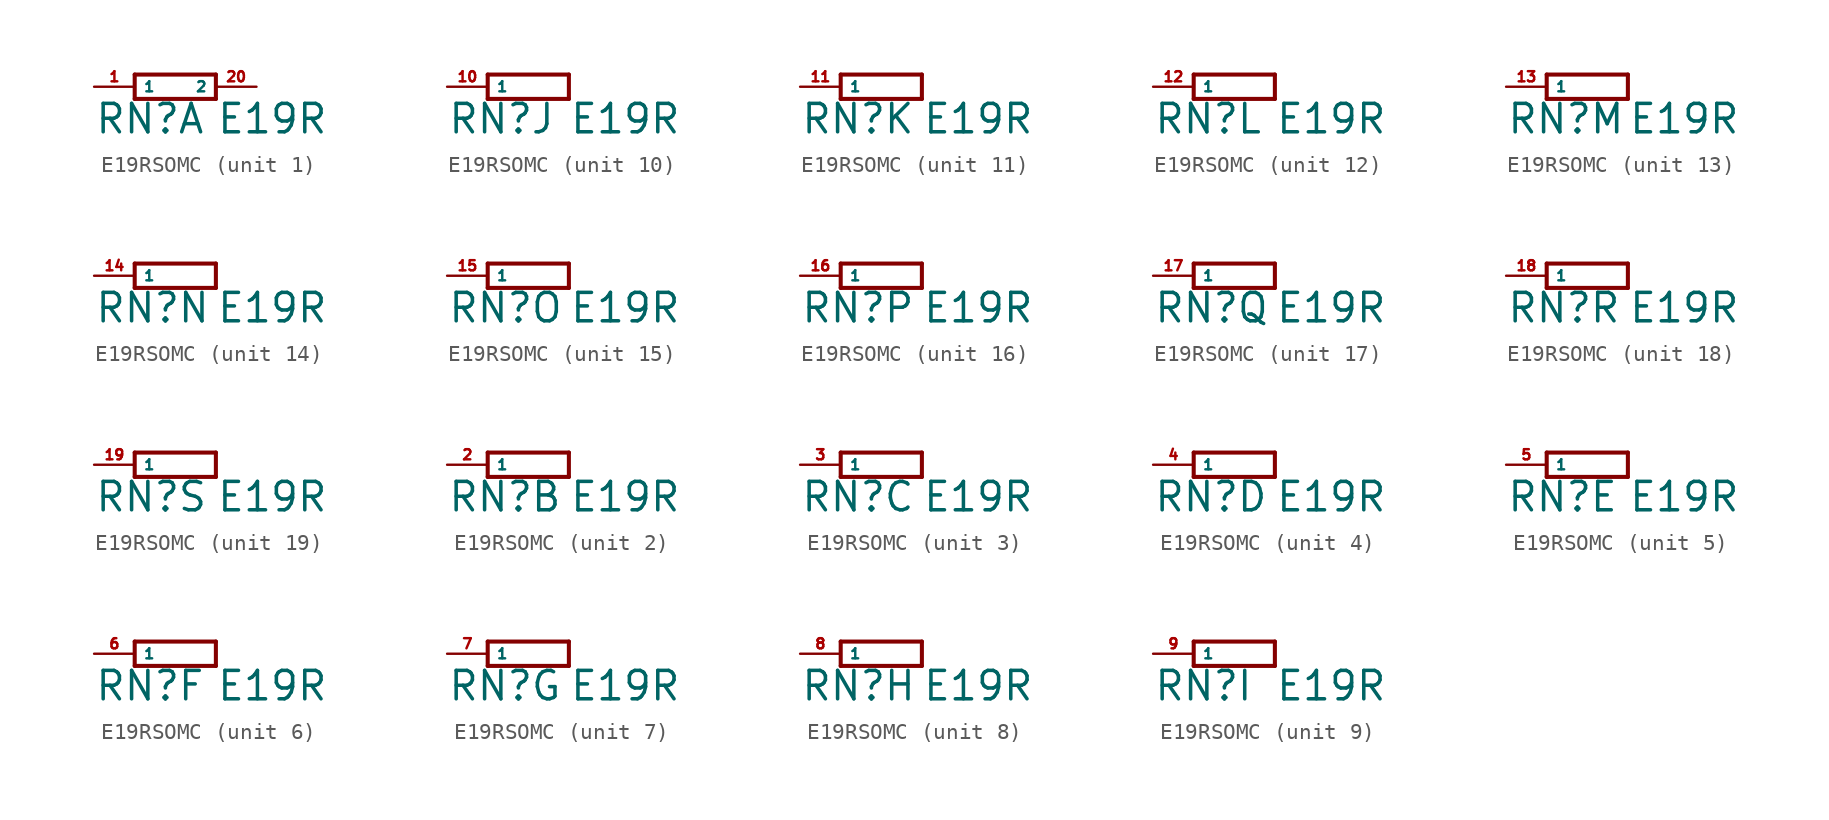
<source format=kicad_sym>
(kicad_symbol_lib
  (version 20220914)
  (generator Eagle2Kicad)
  (symbol "E19RSOMC"
    (property "Reference" "RN"
      (at -5.08 -3.048 0)
      (effects (font (size 1.778 1.778) (thickness 0.22)) (justify left bottom)))
    (property "Value" "E19R"
      (at 2.54 -3.048 0)
      (effects (font (size 1.778 1.778) (thickness 0.22)) (justify left bottom)))
    (symbol "E19RSOMC_1_0"
      (polyline (pts (xy -2.54 -0.762) (xy 2.54 -0.762)) (stroke (width 0.254) (type default)) (fill (type none)))
      (polyline (pts (xy 2.54 0.762) (xy -2.54 0.762)) (stroke (width 0.254) (type default)) (fill (type none)))
      (polyline (pts (xy 2.54 -0.762) (xy 2.54 0.762)) (stroke (width 0.254) (type default)) (fill (type none)))
      (polyline (pts (xy -2.54 0.762) (xy -2.54 -0.762)) (stroke (width 0.254) (type default)) (fill (type none)))
      (pin passive line (at -5.08 0 0) (length 2.54) (name "1" (effects (font (size 0.635 0.635) (thickness 0.08)) (justify left bottom))) (number "1" (effects (font (size 0.635 0.635) (thickness 0.08)) (justify left bottom))))
      (pin passive line (at 5.08 0 180) (length 2.54) (name "2" (effects (font (size 0.635 0.635) (thickness 0.08)) (justify left bottom))) (number "20" (effects (font (size 0.635 0.635) (thickness 0.08)) (justify left bottom)))))
    (symbol "E19RSOMC_2_0"
      (polyline (pts (xy -2.54 -0.762) (xy 2.54 -0.762)) (stroke (width 0.254) (type default)) (fill (type none)))
      (polyline (pts (xy 2.54 0.762) (xy -2.54 0.762)) (stroke (width 0.254) (type default)) (fill (type none)))
      (polyline (pts (xy 2.54 -0.762) (xy 2.54 0.762)) (stroke (width 0.254) (type default)) (fill (type none)))
      (polyline (pts (xy -2.54 0.762) (xy -2.54 -0.762)) (stroke (width 0.254) (type default)) (fill (type none)))
      (pin passive line (at -5.08 0 0) (length 2.54) (name "1" (effects (font (size 0.635 0.635) (thickness 0.08)) (justify left bottom))) (number "2" (effects (font (size 0.635 0.635) (thickness 0.08)) (justify left bottom)))))
    (symbol "E19RSOMC_3_0"
      (polyline (pts (xy -2.54 -0.762) (xy 2.54 -0.762)) (stroke (width 0.254) (type default)) (fill (type none)))
      (polyline (pts (xy 2.54 0.762) (xy -2.54 0.762)) (stroke (width 0.254) (type default)) (fill (type none)))
      (polyline (pts (xy 2.54 -0.762) (xy 2.54 0.762)) (stroke (width 0.254) (type default)) (fill (type none)))
      (polyline (pts (xy -2.54 0.762) (xy -2.54 -0.762)) (stroke (width 0.254) (type default)) (fill (type none)))
      (pin passive line (at -5.08 0 0) (length 2.54) (name "1" (effects (font (size 0.635 0.635) (thickness 0.08)) (justify left bottom))) (number "3" (effects (font (size 0.635 0.635) (thickness 0.08)) (justify left bottom)))))
    (symbol "E19RSOMC_4_0"
      (polyline (pts (xy -2.54 -0.762) (xy 2.54 -0.762)) (stroke (width 0.254) (type default)) (fill (type none)))
      (polyline (pts (xy 2.54 0.762) (xy -2.54 0.762)) (stroke (width 0.254) (type default)) (fill (type none)))
      (polyline (pts (xy 2.54 -0.762) (xy 2.54 0.762)) (stroke (width 0.254) (type default)) (fill (type none)))
      (polyline (pts (xy -2.54 0.762) (xy -2.54 -0.762)) (stroke (width 0.254) (type default)) (fill (type none)))
      (pin passive line (at -5.08 0 0) (length 2.54) (name "1" (effects (font (size 0.635 0.635) (thickness 0.08)) (justify left bottom))) (number "4" (effects (font (size 0.635 0.635) (thickness 0.08)) (justify left bottom)))))
    (symbol "E19RSOMC_5_0"
      (polyline (pts (xy -2.54 -0.762) (xy 2.54 -0.762)) (stroke (width 0.254) (type default)) (fill (type none)))
      (polyline (pts (xy 2.54 0.762) (xy -2.54 0.762)) (stroke (width 0.254) (type default)) (fill (type none)))
      (polyline (pts (xy 2.54 -0.762) (xy 2.54 0.762)) (stroke (width 0.254) (type default)) (fill (type none)))
      (polyline (pts (xy -2.54 0.762) (xy -2.54 -0.762)) (stroke (width 0.254) (type default)) (fill (type none)))
      (pin passive line (at -5.08 0 0) (length 2.54) (name "1" (effects (font (size 0.635 0.635) (thickness 0.08)) (justify left bottom))) (number "5" (effects (font (size 0.635 0.635) (thickness 0.08)) (justify left bottom)))))
    (symbol "E19RSOMC_6_0"
      (polyline (pts (xy -2.54 -0.762) (xy 2.54 -0.762)) (stroke (width 0.254) (type default)) (fill (type none)))
      (polyline (pts (xy 2.54 0.762) (xy -2.54 0.762)) (stroke (width 0.254) (type default)) (fill (type none)))
      (polyline (pts (xy 2.54 -0.762) (xy 2.54 0.762)) (stroke (width 0.254) (type default)) (fill (type none)))
      (polyline (pts (xy -2.54 0.762) (xy -2.54 -0.762)) (stroke (width 0.254) (type default)) (fill (type none)))
      (pin passive line (at -5.08 0 0) (length 2.54) (name "1" (effects (font (size 0.635 0.635) (thickness 0.08)) (justify left bottom))) (number "6" (effects (font (size 0.635 0.635) (thickness 0.08)) (justify left bottom)))))
    (symbol "E19RSOMC_7_0"
      (polyline (pts (xy -2.54 -0.762) (xy 2.54 -0.762)) (stroke (width 0.254) (type default)) (fill (type none)))
      (polyline (pts (xy 2.54 0.762) (xy -2.54 0.762)) (stroke (width 0.254) (type default)) (fill (type none)))
      (polyline (pts (xy 2.54 -0.762) (xy 2.54 0.762)) (stroke (width 0.254) (type default)) (fill (type none)))
      (polyline (pts (xy -2.54 0.762) (xy -2.54 -0.762)) (stroke (width 0.254) (type default)) (fill (type none)))
      (pin passive line (at -5.08 0 0) (length 2.54) (name "1" (effects (font (size 0.635 0.635) (thickness 0.08)) (justify left bottom))) (number "7" (effects (font (size 0.635 0.635) (thickness 0.08)) (justify left bottom)))))
    (symbol "E19RSOMC_8_0"
      (polyline (pts (xy -2.54 -0.762) (xy 2.54 -0.762)) (stroke (width 0.254) (type default)) (fill (type none)))
      (polyline (pts (xy 2.54 0.762) (xy -2.54 0.762)) (stroke (width 0.254) (type default)) (fill (type none)))
      (polyline (pts (xy 2.54 -0.762) (xy 2.54 0.762)) (stroke (width 0.254) (type default)) (fill (type none)))
      (polyline (pts (xy -2.54 0.762) (xy -2.54 -0.762)) (stroke (width 0.254) (type default)) (fill (type none)))
      (pin passive line (at -5.08 0 0) (length 2.54) (name "1" (effects (font (size 0.635 0.635) (thickness 0.08)) (justify left bottom))) (number "8" (effects (font (size 0.635 0.635) (thickness 0.08)) (justify left bottom)))))
    (symbol "E19RSOMC_9_0"
      (polyline (pts (xy -2.54 -0.762) (xy 2.54 -0.762)) (stroke (width 0.254) (type default)) (fill (type none)))
      (polyline (pts (xy 2.54 0.762) (xy -2.54 0.762)) (stroke (width 0.254) (type default)) (fill (type none)))
      (polyline (pts (xy 2.54 -0.762) (xy 2.54 0.762)) (stroke (width 0.254) (type default)) (fill (type none)))
      (polyline (pts (xy -2.54 0.762) (xy -2.54 -0.762)) (stroke (width 0.254) (type default)) (fill (type none)))
      (pin passive line (at -5.08 0 0) (length 2.54) (name "1" (effects (font (size 0.635 0.635) (thickness 0.08)) (justify left bottom))) (number "9" (effects (font (size 0.635 0.635) (thickness 0.08)) (justify left bottom)))))
    (symbol "E19RSOMC_10_0"
      (polyline (pts (xy -2.54 -0.762) (xy 2.54 -0.762)) (stroke (width 0.254) (type default)) (fill (type none)))
      (polyline (pts (xy 2.54 0.762) (xy -2.54 0.762)) (stroke (width 0.254) (type default)) (fill (type none)))
      (polyline (pts (xy 2.54 -0.762) (xy 2.54 0.762)) (stroke (width 0.254) (type default)) (fill (type none)))
      (polyline (pts (xy -2.54 0.762) (xy -2.54 -0.762)) (stroke (width 0.254) (type default)) (fill (type none)))
      (pin passive line (at -5.08 0 0) (length 2.54) (name "1" (effects (font (size 0.635 0.635) (thickness 0.08)) (justify left bottom))) (number "10" (effects (font (size 0.635 0.635) (thickness 0.08)) (justify left bottom)))))
    (symbol "E19RSOMC_11_0"
      (polyline (pts (xy -2.54 -0.762) (xy 2.54 -0.762)) (stroke (width 0.254) (type default)) (fill (type none)))
      (polyline (pts (xy 2.54 0.762) (xy -2.54 0.762)) (stroke (width 0.254) (type default)) (fill (type none)))
      (polyline (pts (xy 2.54 -0.762) (xy 2.54 0.762)) (stroke (width 0.254) (type default)) (fill (type none)))
      (polyline (pts (xy -2.54 0.762) (xy -2.54 -0.762)) (stroke (width 0.254) (type default)) (fill (type none)))
      (pin passive line (at -5.08 0 0) (length 2.54) (name "1" (effects (font (size 0.635 0.635) (thickness 0.08)) (justify left bottom))) (number "11" (effects (font (size 0.635 0.635) (thickness 0.08)) (justify left bottom)))))
    (symbol "E19RSOMC_12_0"
      (polyline (pts (xy -2.54 -0.762) (xy 2.54 -0.762)) (stroke (width 0.254) (type default)) (fill (type none)))
      (polyline (pts (xy 2.54 0.762) (xy -2.54 0.762)) (stroke (width 0.254) (type default)) (fill (type none)))
      (polyline (pts (xy 2.54 -0.762) (xy 2.54 0.762)) (stroke (width 0.254) (type default)) (fill (type none)))
      (polyline (pts (xy -2.54 0.762) (xy -2.54 -0.762)) (stroke (width 0.254) (type default)) (fill (type none)))
      (pin passive line (at -5.08 0 0) (length 2.54) (name "1" (effects (font (size 0.635 0.635) (thickness 0.08)) (justify left bottom))) (number "12" (effects (font (size 0.635 0.635) (thickness 0.08)) (justify left bottom)))))
    (symbol "E19RSOMC_13_0"
      (polyline (pts (xy -2.54 -0.762) (xy 2.54 -0.762)) (stroke (width 0.254) (type default)) (fill (type none)))
      (polyline (pts (xy 2.54 0.762) (xy -2.54 0.762)) (stroke (width 0.254) (type default)) (fill (type none)))
      (polyline (pts (xy 2.54 -0.762) (xy 2.54 0.762)) (stroke (width 0.254) (type default)) (fill (type none)))
      (polyline (pts (xy -2.54 0.762) (xy -2.54 -0.762)) (stroke (width 0.254) (type default)) (fill (type none)))
      (pin passive line (at -5.08 0 0) (length 2.54) (name "1" (effects (font (size 0.635 0.635) (thickness 0.08)) (justify left bottom))) (number "13" (effects (font (size 0.635 0.635) (thickness 0.08)) (justify left bottom)))))
    (symbol "E19RSOMC_14_0"
      (polyline (pts (xy -2.54 -0.762) (xy 2.54 -0.762)) (stroke (width 0.254) (type default)) (fill (type none)))
      (polyline (pts (xy 2.54 0.762) (xy -2.54 0.762)) (stroke (width 0.254) (type default)) (fill (type none)))
      (polyline (pts (xy 2.54 -0.762) (xy 2.54 0.762)) (stroke (width 0.254) (type default)) (fill (type none)))
      (polyline (pts (xy -2.54 0.762) (xy -2.54 -0.762)) (stroke (width 0.254) (type default)) (fill (type none)))
      (pin passive line (at -5.08 0 0) (length 2.54) (name "1" (effects (font (size 0.635 0.635) (thickness 0.08)) (justify left bottom))) (number "14" (effects (font (size 0.635 0.635) (thickness 0.08)) (justify left bottom)))))
    (symbol "E19RSOMC_15_0"
      (polyline (pts (xy -2.54 -0.762) (xy 2.54 -0.762)) (stroke (width 0.254) (type default)) (fill (type none)))
      (polyline (pts (xy 2.54 0.762) (xy -2.54 0.762)) (stroke (width 0.254) (type default)) (fill (type none)))
      (polyline (pts (xy 2.54 -0.762) (xy 2.54 0.762)) (stroke (width 0.254) (type default)) (fill (type none)))
      (polyline (pts (xy -2.54 0.762) (xy -2.54 -0.762)) (stroke (width 0.254) (type default)) (fill (type none)))
      (pin passive line (at -5.08 0 0) (length 2.54) (name "1" (effects (font (size 0.635 0.635) (thickness 0.08)) (justify left bottom))) (number "15" (effects (font (size 0.635 0.635) (thickness 0.08)) (justify left bottom)))))
    (symbol "E19RSOMC_16_0"
      (polyline (pts (xy -2.54 -0.762) (xy 2.54 -0.762)) (stroke (width 0.254) (type default)) (fill (type none)))
      (polyline (pts (xy 2.54 0.762) (xy -2.54 0.762)) (stroke (width 0.254) (type default)) (fill (type none)))
      (polyline (pts (xy 2.54 -0.762) (xy 2.54 0.762)) (stroke (width 0.254) (type default)) (fill (type none)))
      (polyline (pts (xy -2.54 0.762) (xy -2.54 -0.762)) (stroke (width 0.254) (type default)) (fill (type none)))
      (pin passive line (at -5.08 0 0) (length 2.54) (name "1" (effects (font (size 0.635 0.635) (thickness 0.08)) (justify left bottom))) (number "16" (effects (font (size 0.635 0.635) (thickness 0.08)) (justify left bottom)))))
    (symbol "E19RSOMC_17_0"
      (polyline (pts (xy -2.54 -0.762) (xy 2.54 -0.762)) (stroke (width 0.254) (type default)) (fill (type none)))
      (polyline (pts (xy 2.54 0.762) (xy -2.54 0.762)) (stroke (width 0.254) (type default)) (fill (type none)))
      (polyline (pts (xy 2.54 -0.762) (xy 2.54 0.762)) (stroke (width 0.254) (type default)) (fill (type none)))
      (polyline (pts (xy -2.54 0.762) (xy -2.54 -0.762)) (stroke (width 0.254) (type default)) (fill (type none)))
      (pin passive line (at -5.08 0 0) (length 2.54) (name "1" (effects (font (size 0.635 0.635) (thickness 0.08)) (justify left bottom))) (number "17" (effects (font (size 0.635 0.635) (thickness 0.08)) (justify left bottom)))))
    (symbol "E19RSOMC_18_0"
      (polyline (pts (xy -2.54 -0.762) (xy 2.54 -0.762)) (stroke (width 0.254) (type default)) (fill (type none)))
      (polyline (pts (xy 2.54 0.762) (xy -2.54 0.762)) (stroke (width 0.254) (type default)) (fill (type none)))
      (polyline (pts (xy 2.54 -0.762) (xy 2.54 0.762)) (stroke (width 0.254) (type default)) (fill (type none)))
      (polyline (pts (xy -2.54 0.762) (xy -2.54 -0.762)) (stroke (width 0.254) (type default)) (fill (type none)))
      (pin passive line (at -5.08 0 0) (length 2.54) (name "1" (effects (font (size 0.635 0.635) (thickness 0.08)) (justify left bottom))) (number "18" (effects (font (size 0.635 0.635) (thickness 0.08)) (justify left bottom)))))
    (symbol "E19RSOMC_19_0"
      (polyline (pts (xy -2.54 -0.762) (xy 2.54 -0.762)) (stroke (width 0.254) (type default)) (fill (type none)))
      (polyline (pts (xy 2.54 0.762) (xy -2.54 0.762)) (stroke (width 0.254) (type default)) (fill (type none)))
      (polyline (pts (xy 2.54 -0.762) (xy 2.54 0.762)) (stroke (width 0.254) (type default)) (fill (type none)))
      (polyline (pts (xy -2.54 0.762) (xy -2.54 -0.762)) (stroke (width 0.254) (type default)) (fill (type none)))
      (pin passive line (at -5.08 0 0) (length 2.54) (name "1" (effects (font (size 0.635 0.635) (thickness 0.08)) (justify left bottom))) (number "19" (effects (font (size 0.635 0.635) (thickness 0.08)) (justify left bottom)))))))
</source>
